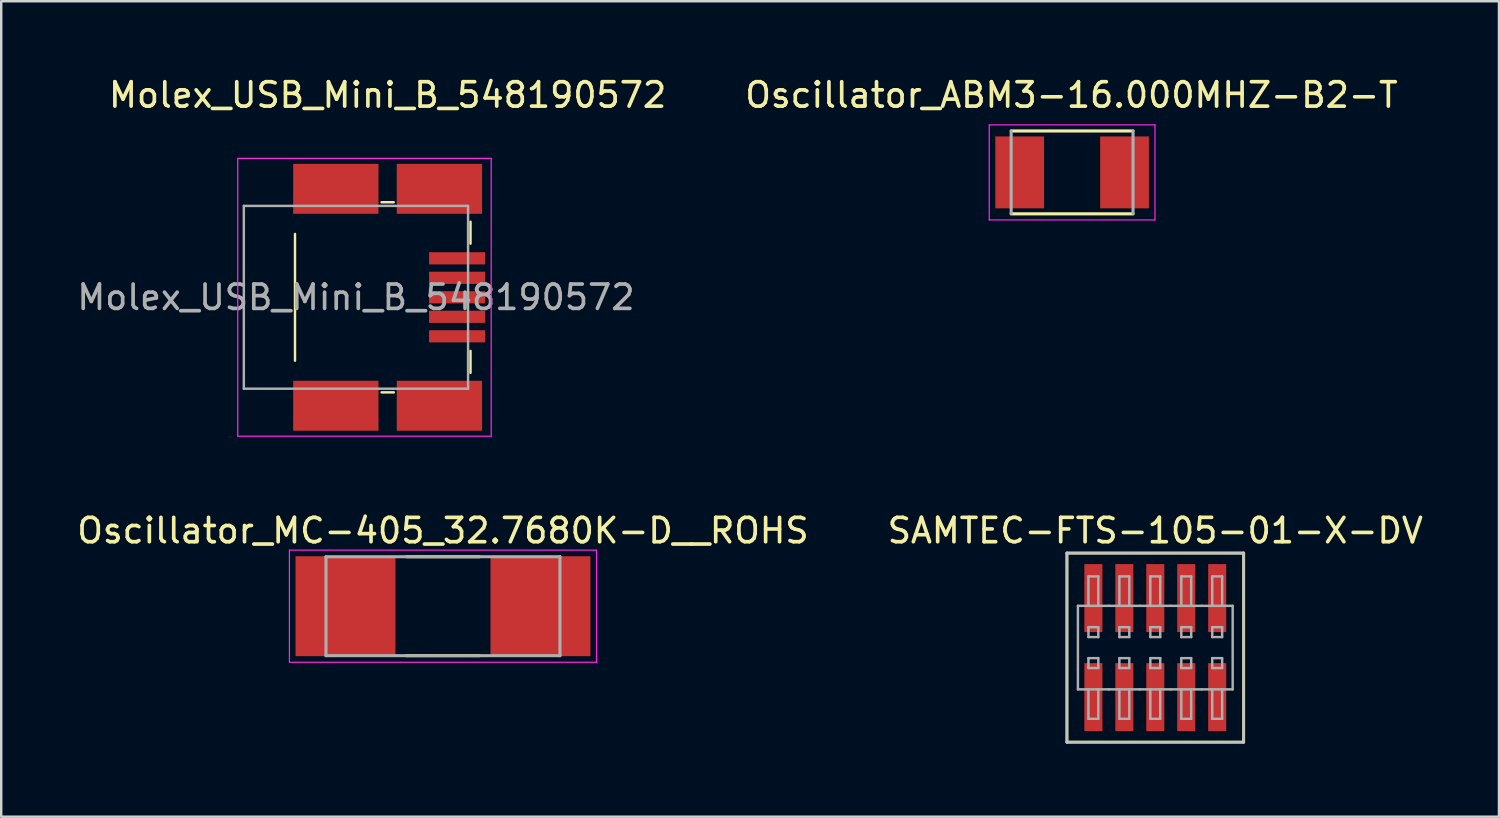
<source format=kicad_pcb>
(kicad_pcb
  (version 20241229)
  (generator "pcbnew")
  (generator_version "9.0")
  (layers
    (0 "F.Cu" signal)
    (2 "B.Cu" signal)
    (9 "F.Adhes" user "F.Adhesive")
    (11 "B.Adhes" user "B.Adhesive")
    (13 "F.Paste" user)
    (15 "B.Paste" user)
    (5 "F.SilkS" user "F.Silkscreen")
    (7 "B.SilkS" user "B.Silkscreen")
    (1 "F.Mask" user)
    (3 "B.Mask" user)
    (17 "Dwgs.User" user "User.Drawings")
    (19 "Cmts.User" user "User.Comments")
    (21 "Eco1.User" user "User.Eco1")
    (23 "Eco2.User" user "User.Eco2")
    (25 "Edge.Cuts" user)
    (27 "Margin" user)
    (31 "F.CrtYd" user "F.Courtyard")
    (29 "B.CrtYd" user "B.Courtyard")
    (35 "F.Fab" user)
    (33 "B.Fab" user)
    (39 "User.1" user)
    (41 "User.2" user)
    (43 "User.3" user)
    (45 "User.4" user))
  (footprint "Molex_USB_Mini_B_548190572"
    (layer "F.Cu")
    (at 12.854 9.148)
    (property "Reference" "Molex_USB_Mini_B_548190572" (at 0 -8.3 0) (layer "F.SilkS") (effects (font (size 1 1) (thickness 0.15))))
    (attr smd)
    (fp_line (start -3.8 2.6) (end -3.8 -2.6) (stroke (width 0.1) (type solid)) (layer "F.SilkS"))
    (fp_line (start -0.25 -3.9) (end 0.25 -3.9) (stroke (width 0.1) (type solid)) (layer "F.SilkS"))
    (fp_line (start -0.246 3.9) (end 0.254 3.9) (stroke (width 0.1) (type solid)) (layer "F.SilkS"))
    (fp_line (start 3.4 -2.2) (end 3.4 -3.1) (stroke (width 0.1) (type solid)) (layer "F.SilkS"))
    (fp_line (start 3.4 2.2) (end 3.4 3.1) (stroke (width 0.1) (type solid)) (layer "F.SilkS"))
    (fp_line (start -6.15 -5.7) (end -6.15 5.7) (stroke (width 0.05) (type solid)) (layer "F.CrtYd"))
    (fp_line (start -6.15 5.7) (end 4.25 5.7) (stroke (width 0.05) (type solid)) (layer "F.CrtYd"))
    (fp_line (start 4.25 -5.7) (end -6.15 -5.7) (stroke (width 0.05) (type solid)) (layer "F.CrtYd"))
    (fp_line (start 4.25 5.7) (end 4.25 -5.7) (stroke (width 0.05) (type solid)) (layer "F.CrtYd"))
    (fp_line (start -5.9 3.75) (end -5.9 -3.75) (stroke (width 0.1) (type solid)) (layer "F.Fab"))
    (fp_line (start 3.3 -3.75) (end -5.9 -3.75) (stroke (width 0.1) (type solid)) (layer "F.Fab"))
    (fp_line (start 3.3 -3.75) (end 3.3 3.75) (stroke (width 0.1) (type solid)) (layer "F.Fab"))
    (fp_line (start 3.3 3.75) (end -5.9 3.75) (stroke (width 0.1) (type solid)) (layer "F.Fab"))
    (fp_text user "${REFERENCE}" (at -1.3 0 0) (layer "F.Fab") (effects (font (size 1 1) (thickness 0.15))))
    (pad "1" smd rect (at 2.85 -1.6) (size 2.3 0.5) (layers "F.Cu" "F.Mask" "F.Paste"))
    (pad "2" smd rect (at 2.85 -0.8) (size 2.3 0.5) (layers "F.Cu" "F.Mask" "F.Paste"))
    (pad "3" smd rect (at 2.85 0) (size 2.3 0.5) (layers "F.Cu" "F.Mask" "F.Paste"))
    (pad "4" smd rect (at 2.85 0.8) (size 2.3 0.5) (layers "F.Cu" "F.Mask" "F.Paste"))
    (pad "5" smd rect (at 2.85 1.6) (size 2.3 0.5) (layers "F.Cu" "F.Mask" "F.Paste"))
    (pad "S1" smd rect (at -2.125 -4.45) (size 3.5 2.05) (layers "F.Cu" "F.Mask" "F.Paste"))
    (pad "S2" smd rect (at 2.125 -4.45) (size 3.5 2.05) (layers "F.Cu" "F.Mask" "F.Paste"))
    (pad "S3" smd rect (at -2.125 4.45) (size 3.5 2.05) (layers "F.Cu" "F.Mask" "F.Paste"))
    (pad "S4" smd rect (at 2.125 4.45) (size 3.5 2.05) (layers "F.Cu" "F.Mask" "F.Paste")))
  (footprint "Oscillator_ABM3-16.000MHZ-B2-T"
    (layer "F.Cu")
    (at 40.938 4.023)
    (property "Reference" "Oscillator_ABM3-16.000MHZ-B2-T" (at -0.025 -3.175 0) (layer "F.SilkS") (effects (font (size 1 1) (thickness 0.15))))
    (attr through_hole)
    (fp_line (start -2.5 -1.7) (end 2.5 -1.7) (stroke (width 0.127) (type solid)) (layer "F.SilkS"))
    (fp_line (start 2.5 1.7) (end -2.5 1.7) (stroke (width 0.127) (type solid)) (layer "F.SilkS"))
    (fp_line (start -3.4 -1.95) (end 3.4 -1.95) (stroke (width 0.05) (type solid)) (layer "F.CrtYd"))
    (fp_line (start -3.4 1.95) (end -3.4 -1.95) (stroke (width 0.05) (type solid)) (layer "F.CrtYd"))
    (fp_line (start 3.4 -1.95) (end 3.4 1.95) (stroke (width 0.05) (type solid)) (layer "F.CrtYd"))
    (fp_line (start 3.4 1.95) (end -3.4 1.95) (stroke (width 0.05) (type solid)) (layer "F.CrtYd"))
    (fp_line (start -2.5 1.7) (end -2.5 -1.7) (stroke (width 0.127) (type solid)) (layer "F.Fab"))
    (fp_line (start 2.5 -1.7) (end 2.5 1.7) (stroke (width 0.127) (type solid)) (layer "F.Fab"))
    (pad "1" smd rect (at -2.15 0) (size 2 2.95) (layers "F.Cu" "F.Mask" "F.Paste"))
    (pad "2" smd rect (at 2.15 0) (size 2 2.95) (layers "F.Cu" "F.Mask" "F.Paste")))
  (footprint "SAMTEC-FTS-105-01-X-DV"
    (layer "F.Cu")
    (at 44.351 23.521)
    (property "Reference" "SAMTEC-FTS-105-01-X-DV" (at 0 -4.8 0) (layer "F.SilkS") (effects (font (size 1 1) (thickness 0.15))))
    (attr through_hole)
    (fp_poly (pts (xy -2.961 -3.478) (xy -2.119 -3.478) (xy -2.119 -0.586) (xy -2.961 -0.586)) (stroke (width 0.01) (type solid)) (fill yes) (layer "F.Mask"))
    (fp_poly (pts (xy -2.961 0.586) (xy -2.119 0.586) (xy -2.119 3.478) (xy -2.961 3.478)) (stroke (width 0.01) (type solid)) (fill yes) (layer "F.Mask"))
    (fp_poly (pts (xy -1.691 -3.478) (xy -0.849 -3.478) (xy -0.849 -0.586) (xy -1.691 -0.586)) (stroke (width 0.01) (type solid)) (fill yes) (layer "F.Mask"))
    (fp_poly (pts (xy -1.691 0.586) (xy -0.849 0.586) (xy -0.849 3.478) (xy -1.691 3.478)) (stroke (width 0.01) (type solid)) (fill yes) (layer "F.Mask"))
    (fp_poly (pts (xy -0.421 -3.478) (xy 0.421 -3.478) (xy 0.421 -0.586) (xy -0.421 -0.586)) (stroke (width 0.01) (type solid)) (fill yes) (layer "F.Mask"))
    (fp_poly (pts (xy -0.421 0.586) (xy 0.421 0.586) (xy 0.421 3.478) (xy -0.421 3.478)) (stroke (width 0.01) (type solid)) (fill yes) (layer "F.Mask"))
    (fp_poly (pts (xy 0.849 -3.478) (xy 1.691 -3.478) (xy 1.691 -0.586) (xy 0.849 -0.586)) (stroke (width 0.01) (type solid)) (fill yes) (layer "F.Mask"))
    (fp_poly (pts (xy 0.849 0.586) (xy 1.691 0.586) (xy 1.691 3.478) (xy 0.849 3.478)) (stroke (width 0.01) (type solid)) (fill yes) (layer "F.Mask"))
    (fp_poly (pts (xy 2.119 -3.478) (xy 2.961 -3.478) (xy 2.961 -0.586) (xy 2.119 -0.586)) (stroke (width 0.01) (type solid)) (fill yes) (layer "F.Mask"))
    (fp_poly (pts (xy 2.119 0.586) (xy 2.961 0.586) (xy 2.961 3.478) (xy 2.119 3.478)) (stroke (width 0.01) (type solid)) (fill yes) (layer "F.Mask"))
    (fp_line (start -3.625 -3.878) (end -3.625 3.878) (stroke (width 0.12) (type solid)) (layer "F.SilkS"))
    (fp_line (start -3.625 3.878) (end 3.625 3.878) (stroke (width 0.12) (type solid)) (layer "F.SilkS"))
    (fp_line (start 3.625 -3.878) (end -3.625 -3.878) (stroke (width 0.12) (type solid)) (layer "F.SilkS"))
    (fp_line (start 3.625 3.878) (end 3.625 -3.878) (stroke (width 0.12) (type solid)) (layer "F.SilkS"))
    (fp_poly (pts (xy -2.91 -3.427) (xy -2.17 -3.427) (xy -2.17 -0.637) (xy -2.91 -0.637)) (stroke (width 0.01) (type solid)) (fill yes) (layer "F.Paste"))
    (fp_poly (pts (xy -2.91 0.637) (xy -2.17 0.637) (xy -2.17 3.427) (xy -2.91 3.427)) (stroke (width 0.01) (type solid)) (fill yes) (layer "F.Paste"))
    (fp_poly (pts (xy -1.64 -3.427) (xy -0.9 -3.427) (xy -0.9 -0.637) (xy -1.64 -0.637)) (stroke (width 0.01) (type solid)) (fill yes) (layer "F.Paste"))
    (fp_poly (pts (xy -1.64 0.637) (xy -0.9 0.637) (xy -0.9 3.427) (xy -1.64 3.427)) (stroke (width 0.01) (type solid)) (fill yes) (layer "F.Paste"))
    (fp_poly (pts (xy -0.37 -3.427) (xy 0.37 -3.427) (xy 0.37 -0.637) (xy -0.37 -0.637)) (stroke (width 0.01) (type solid)) (fill yes) (layer "F.Paste"))
    (fp_poly (pts (xy -0.37 0.637) (xy 0.37 0.637) (xy 0.37 3.427) (xy -0.37 3.427)) (stroke (width 0.01) (type solid)) (fill yes) (layer "F.Paste"))
    (fp_poly (pts (xy 0.9 -3.427) (xy 1.64 -3.427) (xy 1.64 -0.637) (xy 0.9 -0.637)) (stroke (width 0.01) (type solid)) (fill yes) (layer "F.Paste"))
    (fp_poly (pts (xy 0.9 0.637) (xy 1.64 0.637) (xy 1.64 3.427) (xy 0.9 3.427)) (stroke (width 0.01) (type solid)) (fill yes) (layer "F.Paste"))
    (fp_poly (pts (xy 2.17 -3.427) (xy 2.91 -3.427) (xy 2.91 -0.637) (xy 2.17 -0.637)) (stroke (width 0.01) (type solid)) (fill yes) (layer "F.Paste"))
    (fp_poly (pts (xy 2.17 0.637) (xy 2.91 0.637) (xy 2.91 3.427) (xy 2.17 3.427)) (stroke (width 0.01) (type solid)) (fill yes) (layer "F.Paste"))
    (fp_line (start -3.625 -3.878) (end -3.625 3.878) (stroke (width 0.1) (type solid)) (layer "Dwgs.User"))
    (fp_line (start -3.625 3.878) (end 3.625 3.878) (stroke (width 0.1) (type solid)) (layer "Dwgs.User"))
    (fp_line (start 3.625 -3.878) (end -3.625 -3.878) (stroke (width 0.1) (type solid)) (layer "Dwgs.User"))
    (fp_line (start 3.625 3.878) (end 3.625 -3.878) (stroke (width 0.1) (type solid)) (layer "Dwgs.User"))
    (fp_line (start -3.175 -1.714) (end -1.905 -1.714) (stroke (width 0.1) (type solid)) (layer "F.Fab"))
    (fp_line (start -3.175 1.714) (end -3.175 -1.714) (stroke (width 0.1) (type solid)) (layer "F.Fab"))
    (fp_line (start -2.743 -2.921) (end -2.337 -2.921) (stroke (width 0.1) (type solid)) (layer "F.Fab"))
    (fp_line (start -2.743 -1.714) (end -2.743 -2.921) (stroke (width 0.1) (type solid)) (layer "F.Fab"))
    (fp_line (start -2.743 -0.838) (end -2.337 -0.838) (stroke (width 0.1) (type solid)) (layer "F.Fab"))
    (fp_line (start -2.743 -0.432) (end -2.743 -0.838) (stroke (width 0.1) (type solid)) (layer "F.Fab"))
    (fp_line (start -2.743 0.432) (end -2.337 0.432) (stroke (width 0.1) (type solid)) (layer "F.Fab"))
    (fp_line (start -2.743 0.838) (end -2.743 0.432) (stroke (width 0.1) (type solid)) (layer "F.Fab"))
    (fp_line (start -2.743 1.714) (end -2.743 2.921) (stroke (width 0.1) (type solid)) (layer "F.Fab"))
    (fp_line (start -2.743 2.921) (end -2.337 2.921) (stroke (width 0.1) (type solid)) (layer "F.Fab"))
    (fp_line (start -2.337 -2.921) (end -2.337 -1.714) (stroke (width 0.1) (type solid)) (layer "F.Fab"))
    (fp_line (start -2.337 -0.838) (end -2.337 -0.432) (stroke (width 0.1) (type solid)) (layer "F.Fab"))
    (fp_line (start -2.337 -0.432) (end -2.743 -0.432) (stroke (width 0.1) (type solid)) (layer "F.Fab"))
    (fp_line (start -2.337 0.432) (end -2.337 0.838) (stroke (width 0.1) (type solid)) (layer "F.Fab"))
    (fp_line (start -2.337 0.838) (end -2.743 0.838) (stroke (width 0.1) (type solid)) (layer "F.Fab"))
    (fp_line (start -2.337 2.921) (end -2.337 1.714) (stroke (width 0.1) (type solid)) (layer "F.Fab"))
    (fp_line (start -1.905 1.714) (end -3.175 1.714) (stroke (width 0.1) (type solid)) (layer "F.Fab"))
    (fp_line (start -1.905 1.714) (end -0.635 1.714) (stroke (width 0.1) (type solid)) (layer "F.Fab"))
    (fp_line (start -1.473 -2.921) (end -1.473 -1.714) (stroke (width 0.1) (type solid)) (layer "F.Fab"))
    (fp_line (start -1.473 -0.838) (end -1.473 -0.432) (stroke (width 0.1) (type solid)) (layer "F.Fab"))
    (fp_line (start -1.473 -0.432) (end -1.067 -0.432) (stroke (width 0.1) (type solid)) (layer "F.Fab"))
    (fp_line (start -1.473 0.432) (end -1.473 0.838) (stroke (width 0.1) (type solid)) (layer "F.Fab"))
    (fp_line (start -1.473 0.838) (end -1.067 0.838) (stroke (width 0.1) (type solid)) (layer "F.Fab"))
    (fp_line (start -1.473 2.921) (end -1.473 1.714) (stroke (width 0.1) (type solid)) (layer "F.Fab"))
    (fp_line (start -1.067 -2.921) (end -1.473 -2.921) (stroke (width 0.1) (type solid)) (layer "F.Fab"))
    (fp_line (start -1.067 -1.714) (end -1.067 -2.921) (stroke (width 0.1) (type solid)) (layer "F.Fab"))
    (fp_line (start -1.067 -0.838) (end -1.473 -0.838) (stroke (width 0.1) (type solid)) (layer "F.Fab"))
    (fp_line (start -1.067 -0.432) (end -1.067 -0.838) (stroke (width 0.1) (type solid)) (layer "F.Fab"))
    (fp_line (start -1.067 0.432) (end -1.473 0.432) (stroke (width 0.1) (type solid)) (layer "F.Fab"))
    (fp_line (start -1.067 0.838) (end -1.067 0.432) (stroke (width 0.1) (type solid)) (layer "F.Fab"))
    (fp_line (start -1.067 1.714) (end -1.067 2.921) (stroke (width 0.1) (type solid)) (layer "F.Fab"))
    (fp_line (start -1.067 2.921) (end -1.473 2.921) (stroke (width 0.1) (type solid)) (layer "F.Fab"))
    (fp_line (start -0.635 -1.714) (end -1.905 -1.714) (stroke (width 0.1) (type solid)) (layer "F.Fab"))
    (fp_line (start -0.635 1.714) (end 0.635 1.714) (stroke (width 0.1) (type solid)) (layer "F.Fab"))
    (fp_line (start -0.203 -2.921) (end -0.203 -1.714) (stroke (width 0.1) (type solid)) (layer "F.Fab"))
    (fp_line (start -0.203 -0.838) (end -0.203 -0.432) (stroke (width 0.1) (type solid)) (layer "F.Fab"))
    (fp_line (start -0.203 -0.432) (end 0.203 -0.432) (stroke (width 0.1) (type solid)) (layer "F.Fab"))
    (fp_line (start -0.203 0.432) (end -0.203 0.838) (stroke (width 0.1) (type solid)) (layer "F.Fab"))
    (fp_line (start -0.203 0.838) (end 0.203 0.838) (stroke (width 0.1) (type solid)) (layer "F.Fab"))
    (fp_line (start -0.203 2.921) (end -0.203 1.714) (stroke (width 0.1) (type solid)) (layer "F.Fab"))
    (fp_line (start 0.203 -2.921) (end -0.203 -2.921) (stroke (width 0.1) (type solid)) (layer "F.Fab"))
    (fp_line (start 0.203 -1.714) (end 0.203 -2.921) (stroke (width 0.1) (type solid)) (layer "F.Fab"))
    (fp_line (start 0.203 -0.838) (end -0.203 -0.838) (stroke (width 0.1) (type solid)) (layer "F.Fab"))
    (fp_line (start 0.203 -0.432) (end 0.203 -0.838) (stroke (width 0.1) (type solid)) (layer "F.Fab"))
    (fp_line (start 0.203 0.432) (end -0.203 0.432) (stroke (width 0.1) (type solid)) (layer "F.Fab"))
    (fp_line (start 0.203 0.838) (end 0.203 0.432) (stroke (width 0.1) (type solid)) (layer "F.Fab"))
    (fp_line (start 0.203 1.714) (end 0.203 2.921) (stroke (width 0.1) (type solid)) (layer "F.Fab"))
    (fp_line (start 0.203 2.921) (end -0.203 2.921) (stroke (width 0.1) (type solid)) (layer "F.Fab"))
    (fp_line (start 0.635 -1.714) (end -0.635 -1.714) (stroke (width 0.1) (type solid)) (layer "F.Fab"))
    (fp_line (start 0.635 1.714) (end 1.905 1.714) (stroke (width 0.1) (type solid)) (layer "F.Fab"))
    (fp_line (start 1.067 -2.921) (end 1.067 -1.714) (stroke (width 0.1) (type solid)) (layer "F.Fab"))
    (fp_line (start 1.067 -0.838) (end 1.067 -0.432) (stroke (width 0.1) (type solid)) (layer "F.Fab"))
    (fp_line (start 1.067 -0.432) (end 1.473 -0.432) (stroke (width 0.1) (type solid)) (layer "F.Fab"))
    (fp_line (start 1.067 0.432) (end 1.067 0.838) (stroke (width 0.1) (type solid)) (layer "F.Fab"))
    (fp_line (start 1.067 0.838) (end 1.473 0.838) (stroke (width 0.1) (type solid)) (layer "F.Fab"))
    (fp_line (start 1.067 2.921) (end 1.067 1.714) (stroke (width 0.1) (type solid)) (layer "F.Fab"))
    (fp_line (start 1.473 -2.921) (end 1.067 -2.921) (stroke (width 0.1) (type solid)) (layer "F.Fab"))
    (fp_line (start 1.473 -1.714) (end 1.473 -2.921) (stroke (width 0.1) (type solid)) (layer "F.Fab"))
    (fp_line (start 1.473 -0.838) (end 1.067 -0.838) (stroke (width 0.1) (type solid)) (layer "F.Fab"))
    (fp_line (start 1.473 -0.432) (end 1.473 -0.838) (stroke (width 0.1) (type solid)) (layer "F.Fab"))
    (fp_line (start 1.473 0.432) (end 1.067 0.432) (stroke (width 0.1) (type solid)) (layer "F.Fab"))
    (fp_line (start 1.473 0.838) (end 1.473 0.432) (stroke (width 0.1) (type solid)) (layer "F.Fab"))
    (fp_line (start 1.473 1.714) (end 1.473 2.921) (stroke (width 0.1) (type solid)) (layer "F.Fab"))
    (fp_line (start 1.473 2.921) (end 1.067 2.921) (stroke (width 0.1) (type solid)) (layer "F.Fab"))
    (fp_line (start 1.905 -1.714) (end 0.635 -1.714) (stroke (width 0.1) (type solid)) (layer "F.Fab"))
    (fp_line (start 1.905 1.714) (end 3.175 1.714) (stroke (width 0.1) (type solid)) (layer "F.Fab"))
    (fp_line (start 2.337 -2.921) (end 2.337 -1.714) (stroke (width 0.1) (type solid)) (layer "F.Fab"))
    (fp_line (start 2.337 -0.838) (end 2.337 -0.432) (stroke (width 0.1) (type solid)) (layer "F.Fab"))
    (fp_line (start 2.337 -0.432) (end 2.743 -0.432) (stroke (width 0.1) (type solid)) (layer "F.Fab"))
    (fp_line (start 2.337 0.432) (end 2.337 0.838) (stroke (width 0.1) (type solid)) (layer "F.Fab"))
    (fp_line (start 2.337 0.838) (end 2.743 0.838) (stroke (width 0.1) (type solid)) (layer "F.Fab"))
    (fp_line (start 2.337 2.921) (end 2.337 1.714) (stroke (width 0.1) (type solid)) (layer "F.Fab"))
    (fp_line (start 2.743 -2.921) (end 2.337 -2.921) (stroke (width 0.1) (type solid)) (layer "F.Fab"))
    (fp_line (start 2.743 -1.714) (end 2.743 -2.921) (stroke (width 0.1) (type solid)) (layer "F.Fab"))
    (fp_line (start 2.743 -0.838) (end 2.337 -0.838) (stroke (width 0.1) (type solid)) (layer "F.Fab"))
    (fp_line (start 2.743 -0.432) (end 2.743 -0.838) (stroke (width 0.1) (type solid)) (layer "F.Fab"))
    (fp_line (start 2.743 0.432) (end 2.337 0.432) (stroke (width 0.1) (type solid)) (layer "F.Fab"))
    (fp_line (start 2.743 0.838) (end 2.743 0.432) (stroke (width 0.1) (type solid)) (layer "F.Fab"))
    (fp_line (start 2.743 1.714) (end 2.743 2.921) (stroke (width 0.1) (type solid)) (layer "F.Fab"))
    (fp_line (start 2.743 2.921) (end 2.337 2.921) (stroke (width 0.1) (type solid)) (layer "F.Fab"))
    (fp_line (start 3.175 -1.714) (end 1.905 -1.714) (stroke (width 0.1) (type solid)) (layer "F.Fab"))
    (fp_line (start 3.175 1.714) (end 3.175 -1.714) (stroke (width 0.1) (type solid)) (layer "F.Fab"))
    (pad "1" smd rect (at -2.54 2.032) (size 0.74 2.79) (layers "F.Cu" "F.Paste"))
    (pad "2" smd rect (at -2.54 -2.032) (size 0.74 2.79) (layers "F.Cu" "F.Paste"))
    (pad "3" smd rect (at -1.27 2.032) (size 0.74 2.79) (layers "F.Cu" "F.Paste"))
    (pad "4" smd rect (at -1.27 -2.032) (size 0.74 2.79) (layers "F.Cu" "F.Paste"))
    (pad "5" smd rect (at 0 2.032) (size 0.74 2.79) (layers "F.Cu" "F.Paste"))
    (pad "6" smd rect (at 0 -2.032) (size 0.74 2.79) (layers "F.Cu" "F.Paste"))
    (pad "7" smd rect (at 1.27 2.032) (size 0.74 2.79) (layers "F.Cu" "F.Paste"))
    (pad "8" smd rect (at 1.27 -2.032) (size 0.74 2.79) (layers "F.Cu" "F.Paste"))
    (pad "9" smd rect (at 2.54 2.032) (size 0.74 2.79) (layers "F.Cu" "F.Paste"))
    (pad "10" smd rect (at 2.54 -2.032) (size 0.74 2.79) (layers "F.Cu" "F.Paste")))
  (footprint "Oscillator_MC-405_32.7680K-D__ROHS"
    (layer "F.Cu")
    (at 15.125 21.822)
    (property "Reference" "Oscillator_MC-405_32.7680K-D__ROHS" (at 0 -3.1 0) (layer "F.SilkS") (effects (font (size 1 1) (thickness 0.15))))
    (attr through_hole)
    (fp_line (start -1.5 -2.03) (end 1.5 -2.03) (stroke (width 0.127) (type solid)) (layer "F.SilkS"))
    (fp_line (start -1.5 2.03) (end 1.5 2.03) (stroke (width 0.127) (type solid)) (layer "F.SilkS"))
    (fp_line (start -6.3 -2.3) (end 6.3 -2.3) (stroke (width 0.05) (type solid)) (layer "F.CrtYd"))
    (fp_line (start -6.3 2.3) (end -6.3 -2.3) (stroke (width 0.05) (type solid)) (layer "F.CrtYd"))
    (fp_line (start 6.3 -2.3) (end 6.3 2.3) (stroke (width 0.05) (type solid)) (layer "F.CrtYd"))
    (fp_line (start 6.3 2.3) (end -6.3 2.3) (stroke (width 0.05) (type solid)) (layer "F.CrtYd"))
    (fp_line (start -4.8 -2.03) (end 4.8 -2.03) (stroke (width 0.127) (type solid)) (layer "F.Fab"))
    (fp_line (start -4.8 2.03) (end -4.8 -2.03) (stroke (width 0.127) (type solid)) (layer "F.Fab"))
    (fp_line (start 4.8 -2.03) (end 4.8 2.03) (stroke (width 0.127) (type solid)) (layer "F.Fab"))
    (fp_line (start 4.8 2.03) (end -4.8 2.03) (stroke (width 0.127) (type solid)) (layer "F.Fab"))
    (pad "1" smd rect (at -4 0) (size 4.1 4.1) (layers "F.Cu" "F.Mask" "F.Paste"))
    (pad "2" smd rect (at 4 0) (size 4.1 4.1) (layers "F.Cu" "F.Mask" "F.Paste")))
  (gr_rect
    (start -3 -3)
    (end 58.452 30.459)
    (stroke (width 0.1) (type default))
    (fill no)
    (layer "Edge.Cuts")))
</source>
